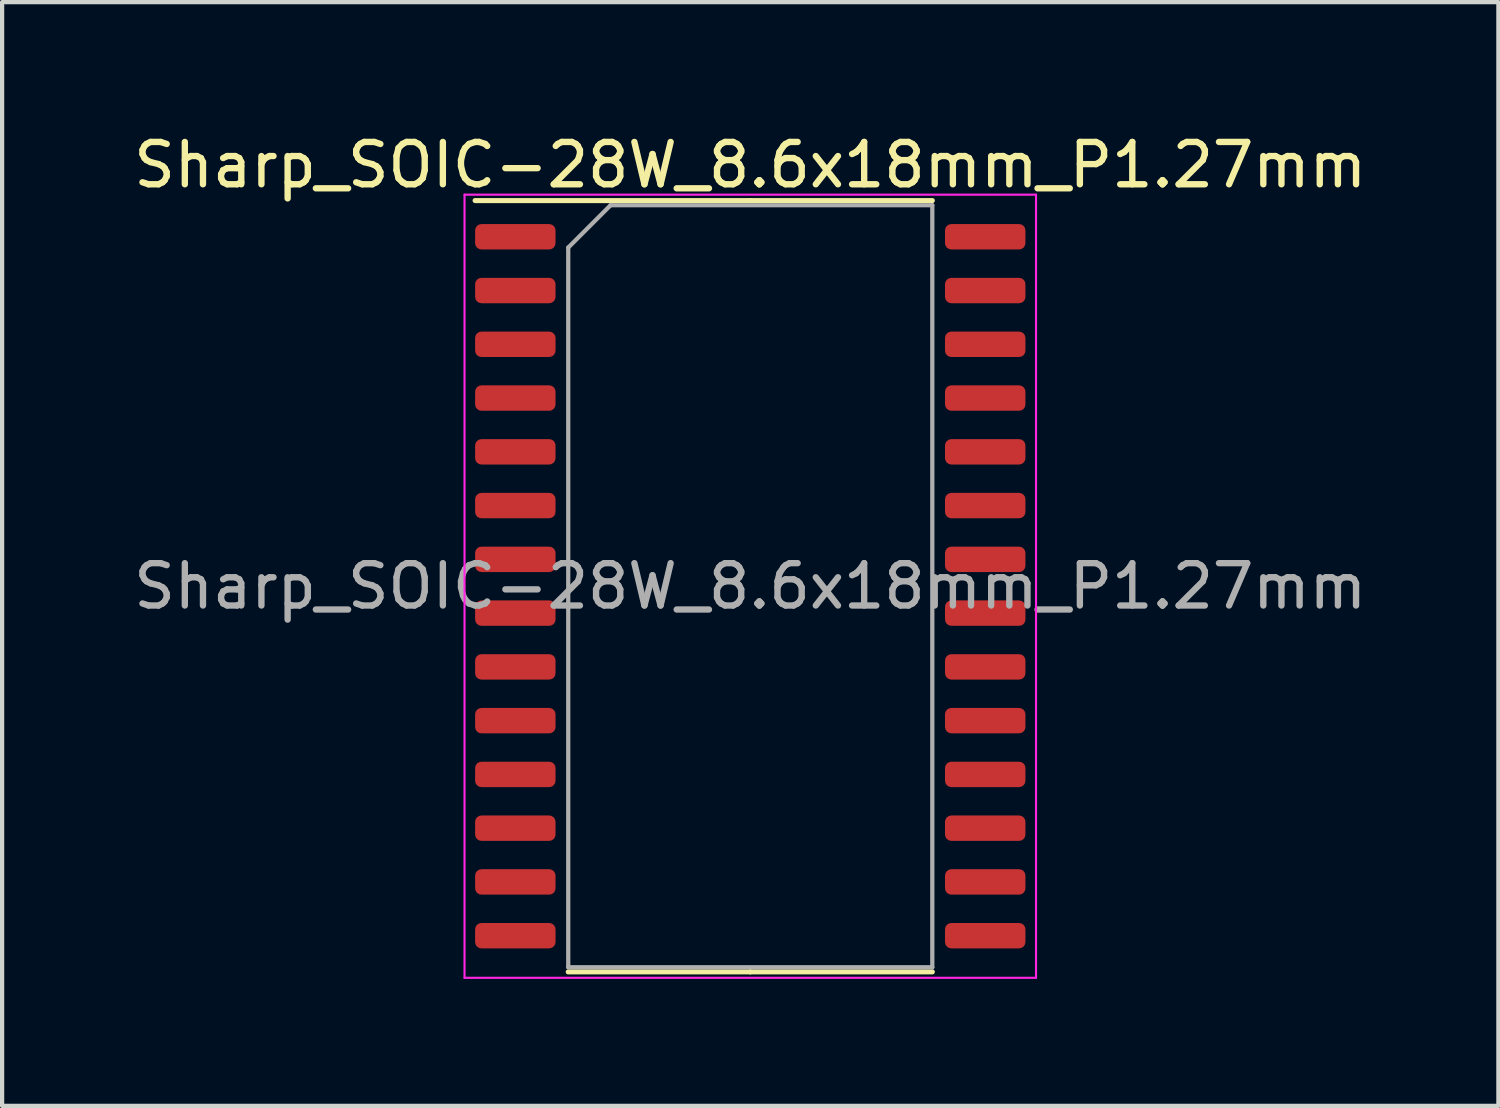
<source format=kicad_pcb>
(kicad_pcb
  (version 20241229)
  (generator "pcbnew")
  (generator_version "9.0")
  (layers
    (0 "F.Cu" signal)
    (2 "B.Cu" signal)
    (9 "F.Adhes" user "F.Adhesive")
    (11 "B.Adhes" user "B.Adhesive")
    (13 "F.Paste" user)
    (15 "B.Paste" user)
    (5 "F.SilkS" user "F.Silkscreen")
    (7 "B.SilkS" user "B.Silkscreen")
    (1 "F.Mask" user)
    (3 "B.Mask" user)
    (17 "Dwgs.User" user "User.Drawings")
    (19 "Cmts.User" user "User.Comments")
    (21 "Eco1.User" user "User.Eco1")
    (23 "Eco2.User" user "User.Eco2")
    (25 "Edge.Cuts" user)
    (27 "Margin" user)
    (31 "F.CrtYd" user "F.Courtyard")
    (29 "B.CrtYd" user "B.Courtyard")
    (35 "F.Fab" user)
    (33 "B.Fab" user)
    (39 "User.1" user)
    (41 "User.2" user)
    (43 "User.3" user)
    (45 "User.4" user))
  (footprint "Sharp_SOIC-28W_8.6x18mm_P1.27mm"
    (layer "F.Cu")
    (at 14.673 10.798)
    (property "Reference" "Sharp_SOIC-28W_8.6x18mm_P1.27mm" (at 0 -9.95 0) (layer "F.SilkS") (effects (font (size 1 1) (thickness 0.15))))
    (attr smd)
    (fp_line (start 0 -9.11) (end -6.5 -9.11) (stroke (width 0.12) (type solid)) (layer "F.SilkS"))
    (fp_line (start 0 -9.11) (end 4.3 -9.11) (stroke (width 0.12) (type solid)) (layer "F.SilkS"))
    (fp_line (start 0 9.11) (end -4.3 9.11) (stroke (width 0.12) (type solid)) (layer "F.SilkS"))
    (fp_line (start 0 9.11) (end 4.3 9.11) (stroke (width 0.12) (type solid)) (layer "F.SilkS"))
    (fp_line (start -6.75 -9.25) (end -6.75 9.25) (stroke (width 0.05) (type solid)) (layer "F.CrtYd"))
    (fp_line (start -6.75 9.25) (end 6.75 9.25) (stroke (width 0.05) (type solid)) (layer "F.CrtYd"))
    (fp_line (start 6.75 -9.25) (end -6.75 -9.25) (stroke (width 0.05) (type solid)) (layer "F.CrtYd"))
    (fp_line (start 6.75 9.25) (end 6.75 -9.25) (stroke (width 0.05) (type solid)) (layer "F.CrtYd"))
    (fp_line (start -4.3 -8) (end -3.3 -9) (stroke (width 0.1) (type solid)) (layer "F.Fab"))
    (fp_line (start -4.3 9) (end -4.3 -8) (stroke (width 0.1) (type solid)) (layer "F.Fab"))
    (fp_line (start -3.3 -9) (end 4.3 -9) (stroke (width 0.1) (type solid)) (layer "F.Fab"))
    (fp_line (start 4.3 -9) (end 4.3 9) (stroke (width 0.1) (type solid)) (layer "F.Fab"))
    (fp_line (start 4.3 9) (end -4.3 9) (stroke (width 0.1) (type solid)) (layer "F.Fab"))
    (fp_text user "${REFERENCE}" (at 0 0 0) (layer "F.Fab") (effects (font (size 1 1) (thickness 0.15))))
    (pad "1" smd roundrect (at -5.55 -8.255) (size 1.9 0.6) (layers "F.Cu" "F.Mask" "F.Paste") (roundrect_rratio 0.25))
    (pad "2" smd roundrect (at -5.55 -6.985) (size 1.9 0.6) (layers "F.Cu" "F.Mask" "F.Paste") (roundrect_rratio 0.25))
    (pad "3" smd roundrect (at -5.55 -5.715) (size 1.9 0.6) (layers "F.Cu" "F.Mask" "F.Paste") (roundrect_rratio 0.25))
    (pad "4" smd roundrect (at -5.55 -4.445) (size 1.9 0.6) (layers "F.Cu" "F.Mask" "F.Paste") (roundrect_rratio 0.25))
    (pad "5" smd roundrect (at -5.55 -3.175) (size 1.9 0.6) (layers "F.Cu" "F.Mask" "F.Paste") (roundrect_rratio 0.25))
    (pad "6" smd roundrect (at -5.55 -1.905) (size 1.9 0.6) (layers "F.Cu" "F.Mask" "F.Paste") (roundrect_rratio 0.25))
    (pad "7" smd roundrect (at -5.55 -0.635) (size 1.9 0.6) (layers "F.Cu" "F.Mask" "F.Paste") (roundrect_rratio 0.25))
    (pad "8" smd roundrect (at -5.55 0.635) (size 1.9 0.6) (layers "F.Cu" "F.Mask" "F.Paste") (roundrect_rratio 0.25))
    (pad "9" smd roundrect (at -5.55 1.905) (size 1.9 0.6) (layers "F.Cu" "F.Mask" "F.Paste") (roundrect_rratio 0.25))
    (pad "10" smd roundrect (at -5.55 3.175) (size 1.9 0.6) (layers "F.Cu" "F.Mask" "F.Paste") (roundrect_rratio 0.25))
    (pad "11" smd roundrect (at -5.55 4.445) (size 1.9 0.6) (layers "F.Cu" "F.Mask" "F.Paste") (roundrect_rratio 0.25))
    (pad "12" smd roundrect (at -5.55 5.715) (size 1.9 0.6) (layers "F.Cu" "F.Mask" "F.Paste") (roundrect_rratio 0.25))
    (pad "13" smd roundrect (at -5.55 6.985) (size 1.9 0.6) (layers "F.Cu" "F.Mask" "F.Paste") (roundrect_rratio 0.25))
    (pad "14" smd roundrect (at -5.55 8.255) (size 1.9 0.6) (layers "F.Cu" "F.Mask" "F.Paste") (roundrect_rratio 0.25))
    (pad "15" smd roundrect (at 5.55 8.255) (size 1.9 0.6) (layers "F.Cu" "F.Mask" "F.Paste") (roundrect_rratio 0.25))
    (pad "16" smd roundrect (at 5.55 6.985) (size 1.9 0.6) (layers "F.Cu" "F.Mask" "F.Paste") (roundrect_rratio 0.25))
    (pad "17" smd roundrect (at 5.55 5.715) (size 1.9 0.6) (layers "F.Cu" "F.Mask" "F.Paste") (roundrect_rratio 0.25))
    (pad "18" smd roundrect (at 5.55 4.445) (size 1.9 0.6) (layers "F.Cu" "F.Mask" "F.Paste") (roundrect_rratio 0.25))
    (pad "19" smd roundrect (at 5.55 3.175) (size 1.9 0.6) (layers "F.Cu" "F.Mask" "F.Paste") (roundrect_rratio 0.25))
    (pad "20" smd roundrect (at 5.55 1.905) (size 1.9 0.6) (layers "F.Cu" "F.Mask" "F.Paste") (roundrect_rratio 0.25))
    (pad "21" smd roundrect (at 5.55 0.635) (size 1.9 0.6) (layers "F.Cu" "F.Mask" "F.Paste") (roundrect_rratio 0.25))
    (pad "22" smd roundrect (at 5.55 -0.635) (size 1.9 0.6) (layers "F.Cu" "F.Mask" "F.Paste") (roundrect_rratio 0.25))
    (pad "23" smd roundrect (at 5.55 -1.905) (size 1.9 0.6) (layers "F.Cu" "F.Mask" "F.Paste") (roundrect_rratio 0.25))
    (pad "24" smd roundrect (at 5.55 -3.175) (size 1.9 0.6) (layers "F.Cu" "F.Mask" "F.Paste") (roundrect_rratio 0.25))
    (pad "25" smd roundrect (at 5.55 -4.445) (size 1.9 0.6) (layers "F.Cu" "F.Mask" "F.Paste") (roundrect_rratio 0.25))
    (pad "26" smd roundrect (at 5.55 -5.715) (size 1.9 0.6) (layers "F.Cu" "F.Mask" "F.Paste") (roundrect_rratio 0.25))
    (pad "27" smd roundrect (at 5.55 -6.985) (size 1.9 0.6) (layers "F.Cu" "F.Mask" "F.Paste") (roundrect_rratio 0.25))
    (pad "28" smd roundrect (at 5.55 -8.255) (size 1.9 0.6) (layers "F.Cu" "F.Mask" "F.Paste") (roundrect_rratio 0.25)))
  (gr_rect
    (start -3 -3)
    (end 32.345 23.073)
    (stroke (width 0.1) (type default))
    (fill no)
    (layer "Edge.Cuts")))
</source>
